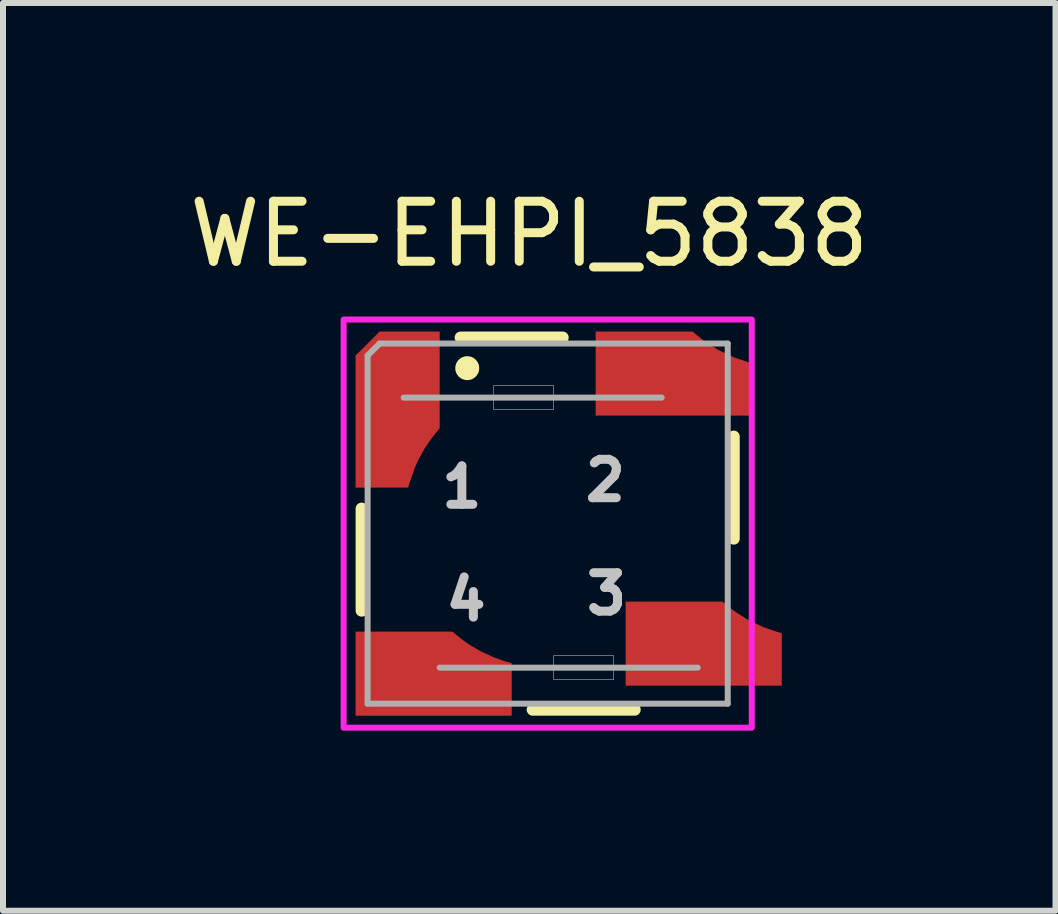
<source format=kicad_pcb>
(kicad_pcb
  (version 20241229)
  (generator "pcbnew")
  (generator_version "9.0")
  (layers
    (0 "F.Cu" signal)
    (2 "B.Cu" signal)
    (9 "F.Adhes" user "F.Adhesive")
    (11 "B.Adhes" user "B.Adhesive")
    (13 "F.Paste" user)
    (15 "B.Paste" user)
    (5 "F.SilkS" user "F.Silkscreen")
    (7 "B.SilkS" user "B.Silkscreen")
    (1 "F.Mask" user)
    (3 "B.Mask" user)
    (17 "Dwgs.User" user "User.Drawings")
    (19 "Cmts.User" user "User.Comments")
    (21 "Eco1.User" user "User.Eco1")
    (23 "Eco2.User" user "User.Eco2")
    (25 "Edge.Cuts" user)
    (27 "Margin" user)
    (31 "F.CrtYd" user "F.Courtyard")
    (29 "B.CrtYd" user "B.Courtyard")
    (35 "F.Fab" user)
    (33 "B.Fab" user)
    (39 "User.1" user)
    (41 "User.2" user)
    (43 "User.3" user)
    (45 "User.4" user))
  (footprint "WE-EHPI_5838"
    (layer "F.Cu")
    (at 6.075 5.674)
    (property "Reference" "WE-EHPI_5838" (at -0.307 -4.826 0) (layer "F.SilkS") (effects (font (size 1 1) (thickness 0.15))))
    (attr smd)
    (fp_poly (pts (xy -3.3 1.7) (xy -1.55 1.7) (xy -1.507 1.738) (xy -1.44 1.795) (xy -1.256 1.929) (xy -1.115 2.015) (xy -0.981 2.081) (xy -0.877 2.128) (xy -0.705 2.191) (xy -0.63 2.214) (xy -0.5 2.246) (xy -0.5 3.3) (xy -3.3 3.3)) (stroke (width 0.001) (type solid)) (fill yes) (layer "F.Mask"))
    (fp_poly (pts (xy -2.9 -3.3) (xy -1.7 -3.3) (xy -1.7 -1.55) (xy -1.812 -1.418) (xy -1.95 -1.223) (xy -2.021 -1.105) (xy -2.092 -0.961) (xy -2.182 -0.734) (xy -2.215 -0.627) (xy -2.24 -0.53) (xy -2.246 -0.5) (xy -3.3 -0.5) (xy -3.3 -2.9)) (stroke (width 0.001) (type solid)) (fill yes) (layer "F.Mask"))
    (fp_poly (pts (xy 1.7 3.3) (xy 1.7 1.55) (xy 1.71 1.54) (xy 1.805 1.427) (xy 1.889 1.314) (xy 1.969 1.186) (xy 2.041 1.065) (xy 2.121 0.894) (xy 2.177 0.746) (xy 2.209 0.648) (xy 2.246 0.5) (xy 3.3 0.5) (xy 3.3 3.3)) (stroke (width 0.001) (type solid)) (fill yes) (layer "F.Mask"))
    (fp_poly (pts (xy 3.3 -1.7) (xy 1.55 -1.7) (xy 1.505 -1.742) (xy 1.39 -1.836) (xy 1.337 -1.875) (xy 1.238 -1.94) (xy 1.107 -2.019) (xy 1.022 -2.063) (xy 0.773 -2.167) (xy 0.663 -2.205) (xy 0.5 -2.245) (xy 0.5 -3.3) (xy 3.3 -3.3)) (stroke (width 0.001) (type solid)) (fill yes) (layer "F.Mask"))
    (fp_line (start -3.1 -0.25) (end -3.1 1.45) (stroke (width 0.2) (type solid)) (layer "F.SilkS"))
    (fp_line (start -1.45 -3.1) (end 0.25 -3.1) (stroke (width 0.2) (type solid)) (layer "F.SilkS"))
    (fp_line (start -0.25 3.1) (end 1.45 3.1) (stroke (width 0.2) (type solid)) (layer "F.SilkS"))
    (fp_line (start 3.1 -1.45) (end 3.1 0.25) (stroke (width 0.2) (type solid)) (layer "F.SilkS"))
    (fp_circle (center -1.34 -2.59) (end -1.24 -2.59) (stroke (width 0.2) (type solid)) (fill no) (layer "F.SilkS"))
    (fp_poly (pts (xy -3.2 1.8) (xy -1.589 1.8) (xy -1.418 1.938) (xy -1.301 2.019) (xy -1.123 2.124) (xy -0.899 2.228) (xy -0.713 2.294) (xy -0.6 2.325) (xy -0.6 3.2) (xy -3.2 3.2)) (stroke (width 0.001) (type solid)) (fill yes) (layer "F.Paste"))
    (fp_poly (pts (xy 1.8 3.2) (xy 1.8 1.589) (xy 1.867 1.511) (xy 1.946 1.408) (xy 2.088 1.19) (xy 2.219 0.921) (xy 2.301 0.689) (xy 2.326 0.6) (xy 3.2 0.6) (xy 3.2 3.2)) (stroke (width 0.001) (type solid)) (fill yes) (layer "F.Paste"))
    (fp_poly (pts (xy 3.2 -1.8) (xy 1.588 -1.8) (xy 1.419 -1.937) (xy 1.316 -2.01) (xy 1.152 -2.109) (xy 0.894 -2.232) (xy 0.657 -2.312) (xy 0.6 -2.324) (xy 0.6 -3.2) (xy 3.2 -3.2)) (stroke (width 0.001) (type solid)) (fill yes) (layer "F.Paste"))
    (fp_poly (pts (xy -2.8 -3.2) (xy -1.8 -3.2) (xy -1.8 -1.589) (xy -1.938 -1.418) (xy -2.048 -1.256) (xy -2.149 -1.075) (xy -2.221 -0.914) (xy -2.318 -0.63) (xy -2.326 -0.6) (xy -3.2 -0.6) (xy -3.2 -2.8)) (stroke (width 0.001) (type solid)) (fill yes) (layer "F.Paste"))
    (fp_poly (pts (xy -3.4 -3.4) (xy 3.4 -3.4) (xy 3.4 3.4) (xy -3.4 3.4)) (stroke (width 0.1) (type solid)) (fill no) (layer "F.CrtYd"))
    (fp_line (start -3 -2.8) (end -3 3) (stroke (width 0.1) (type solid)) (layer "F.Fab"))
    (fp_line (start -3 3) (end 3 3) (stroke (width 0.1) (type solid)) (layer "F.Fab"))
    (fp_line (start -2.8 -3) (end -3 -2.8) (stroke (width 0.1) (type solid)) (layer "F.Fab"))
    (fp_line (start -2.4 -2.1) (end 1.9 -2.1) (stroke (width 0.1) (type solid)) (layer "F.Fab"))
    (fp_line (start -1.8 2.4) (end 2.5 2.4) (stroke (width 0.1) (type solid)) (layer "F.Fab"))
    (fp_line (start 3 -3) (end -2.8 -3) (stroke (width 0.1) (type solid)) (layer "F.Fab"))
    (fp_line (start 3 3) (end 3 -3) (stroke (width 0.1) (type solid)) (layer "F.Fab"))
    (fp_poly (pts (xy -0.9 -2.3) (xy 0.1 -2.3) (xy 0.1 -1.9) (xy -0.9 -1.9)) (stroke (width 0.01) (type solid)) (fill no) (layer "F.Fab"))
    (fp_poly (pts (xy 0.1 2.2) (xy 1.1 2.2) (xy 1.1 2.6) (xy 0.1 2.6)) (stroke (width 0.01) (type solid)) (fill no) (layer "F.Fab"))
    (fp_text user "4" (at -1.36 1.27 0) (layer "Dwgs.User") (effects (font (size 0.64 0.64) (thickness 0.15))))
    (fp_text user "1" (at -1.43 -0.61 0) (layer "Dwgs.User") (effects (font (size 0.64 0.64) (thickness 0.15))))
    (fp_text user "3" (at 0.98 1.17 0) (layer "Dwgs.User") (effects (font (size 0.64 0.64) (thickness 0.15))))
    (fp_text user "2" (at 0.96 -0.72 0) (layer "Dwgs.User") (effects (font (size 0.64 0.64) (thickness 0.15))))
    (pad "1" smd custom (at -2.5 -1.9) (size 1.3 0.6) (layers "F.Cu" "F.Mask") (options (anchor rect)) (primitives (gr_poly (pts (xy -0.3 -1.3) (xy 0.7 -1.3) (xy 0.7 0.311) (xy 0.562 0.482) (xy 0.452 0.644) (xy 0.351 0.825) (xy 0.279 0.986) (xy 0.182 1.27) (xy 0.174 1.3) (xy -0.7 1.3) (xy -0.7 -0.9)) (width 0.001) (fill yes))))
    (pad "2" smd custom (at 2 -2.5 180) (size 1.3 0.6) (layers "F.Cu") (options (anchor rect)) (primitives (gr_poly (pts (xy 1.2 0.7) (xy -0.412 0.7) (xy -0.581 0.563) (xy -0.684 0.49) (xy -0.848 0.391) (xy -1.106 0.268) (xy -1.343 0.188) (xy -1.4 0.176) (xy -1.4 -0.7) (xy 1.2 -0.7)) (width 0.001) (fill yes))))
    (pad "3" smd custom (at 2.5 2 270) (size 1.3 0.6) (layers "F.Cu") (options (anchor rect)) (primitives (gr_poly (pts (xy -0.7 1.2) (xy -0.7 -0.411) (xy -0.633 -0.489) (xy -0.554 -0.592) (xy -0.412 -0.81) (xy -0.281 -1.079) (xy -0.199 -1.311) (xy -0.174 -1.4) (xy 0.7 -1.4) (xy 0.7 1.2)) (width 0.001) (fill yes))))
    (pad "4" smd custom (at -2 2.5) (size 1.3 0.6) (layers "F.Cu") (options (anchor rect)) (primitives (gr_poly (pts (xy -1.2 -0.7) (xy 0.411 -0.7) (xy 0.582 -0.562) (xy 0.699 -0.481) (xy 0.877 -0.376) (xy 1.101 -0.272) (xy 1.287 -0.206) (xy 1.4 -0.175) (xy 1.4 0.7) (xy -1.2 0.7)) (width 0.001) (fill yes)))))
  (gr_rect
    (start -3 -3)
    (end 14.536 12.124)
    (stroke (width 0.1) (type default))
    (fill no)
    (layer "Edge.Cuts")))
</source>
